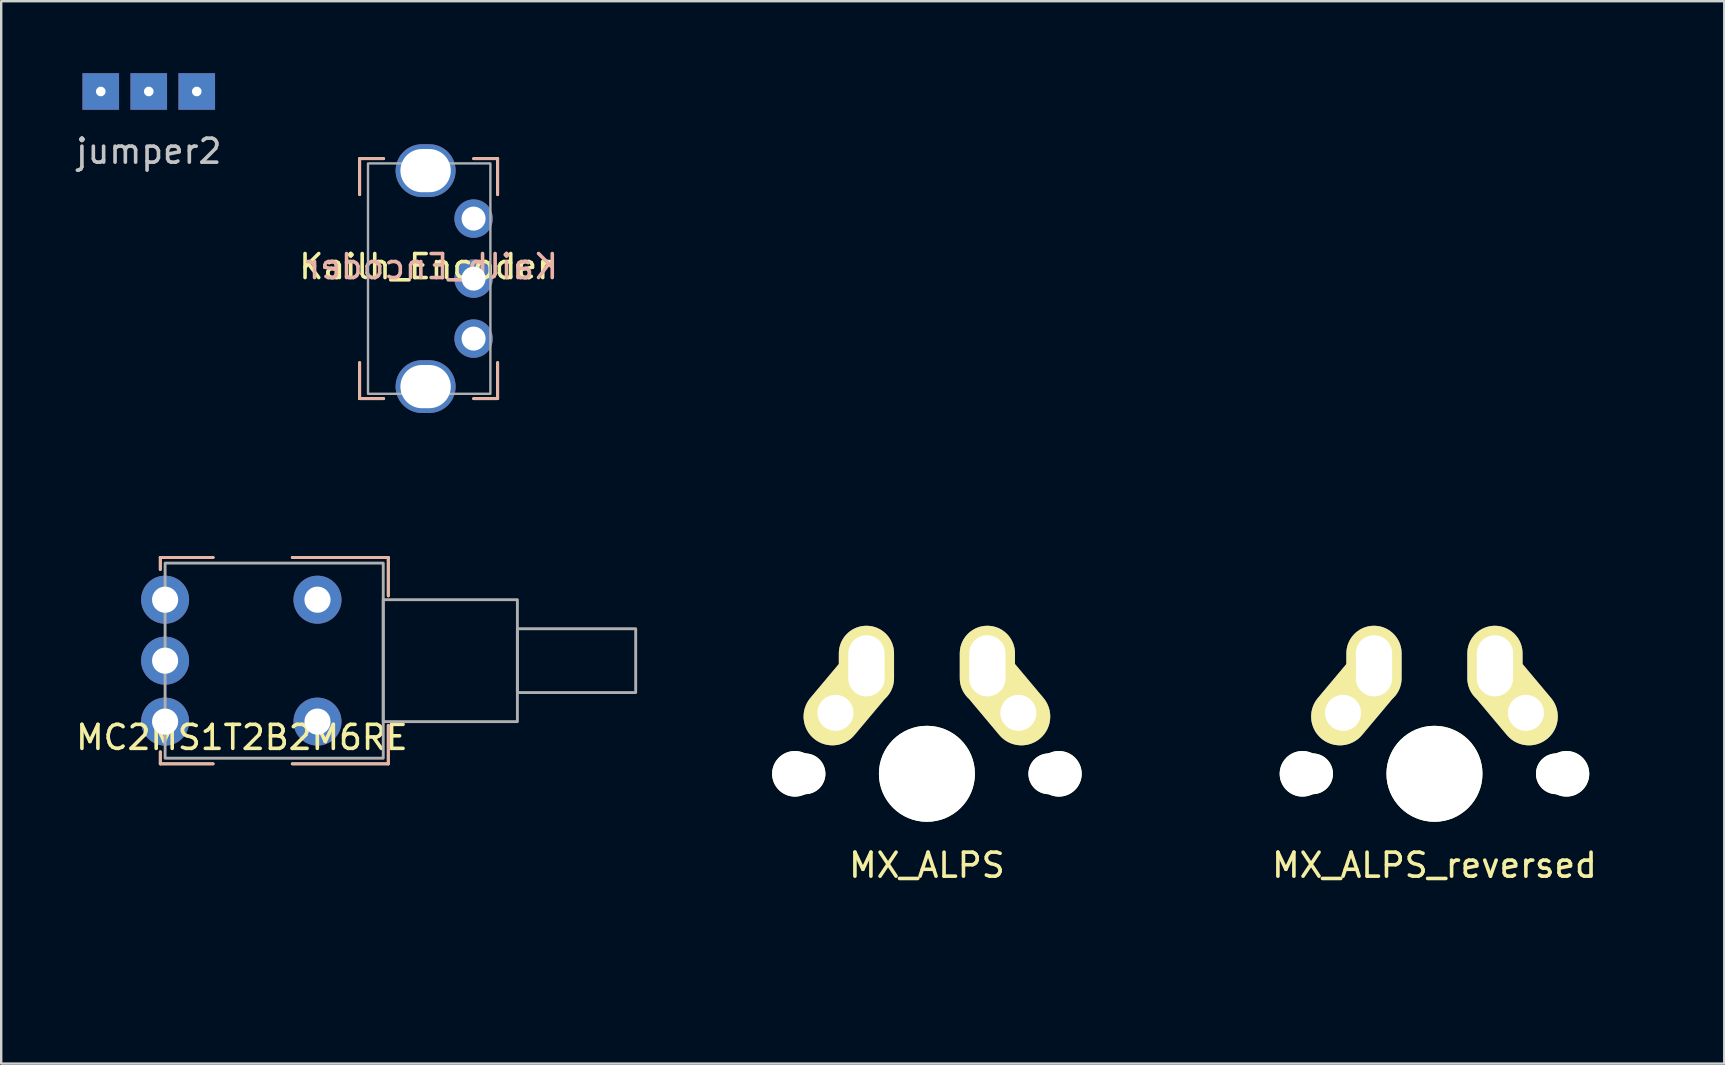
<source format=kicad_pcb>
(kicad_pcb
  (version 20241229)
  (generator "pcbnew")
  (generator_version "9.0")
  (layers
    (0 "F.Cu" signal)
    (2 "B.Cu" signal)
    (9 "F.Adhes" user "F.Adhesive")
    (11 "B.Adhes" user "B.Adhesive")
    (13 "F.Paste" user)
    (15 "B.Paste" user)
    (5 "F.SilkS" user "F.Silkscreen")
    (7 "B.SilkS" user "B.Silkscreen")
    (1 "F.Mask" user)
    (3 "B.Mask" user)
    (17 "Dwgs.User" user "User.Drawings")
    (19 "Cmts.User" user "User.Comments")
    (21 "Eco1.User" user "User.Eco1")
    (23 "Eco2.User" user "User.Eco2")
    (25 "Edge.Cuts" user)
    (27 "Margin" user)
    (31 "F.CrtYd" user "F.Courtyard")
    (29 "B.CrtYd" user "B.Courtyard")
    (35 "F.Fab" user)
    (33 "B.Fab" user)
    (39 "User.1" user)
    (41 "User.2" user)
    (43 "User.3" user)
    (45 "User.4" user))
  (footprint "MC2MS1T2B2M6RE"
    (layer "F.Cu")
    (at 3.83 24.48)
    (property "Reference" "MC2MS1T2B2M6RE" (at 3.2 3.2 0) (unlocked yes) (layer "F.SilkS") (effects (font (size 1 1) (thickness 0.15))))
    (fp_line (start -0.2 -4.3) (end 2 -4.3) (stroke (width 0.12) (type solid)) (layer "F.SilkS"))
    (fp_line (start -0.2 -3.8) (end -0.2 -4.3) (stroke (width 0.12) (type solid)) (layer "F.SilkS"))
    (fp_line (start -0.2 3.8) (end -0.2 4.3) (stroke (width 0.12) (type solid)) (layer "F.SilkS"))
    (fp_line (start -0.2 4.3) (end 2 4.3) (stroke (width 0.12) (type solid)) (layer "F.SilkS"))
    (fp_line (start 9.3 -4.3) (end 5.3 -4.3) (stroke (width 0.12) (type solid)) (layer "F.SilkS"))
    (fp_line (start 9.3 -2.7) (end 9.3 -4.3) (stroke (width 0.12) (type solid)) (layer "F.SilkS"))
    (fp_line (start 9.3 2.7) (end 9.3 4.3) (stroke (width 0.12) (type solid)) (layer "F.SilkS"))
    (fp_line (start 9.3 4.3) (end 5.3 4.3) (stroke (width 0.12) (type solid)) (layer "F.SilkS"))
    (fp_line (start -0.2 -4.3) (end 2 -4.3) (stroke (width 0.12) (type solid)) (layer "B.SilkS"))
    (fp_line (start -0.2 -3.8) (end -0.2 -4.3) (stroke (width 0.12) (type solid)) (layer "B.SilkS"))
    (fp_line (start -0.2 3.8) (end -0.2 4.3) (stroke (width 0.12) (type solid)) (layer "B.SilkS"))
    (fp_line (start -0.2 4.3) (end 2 4.3) (stroke (width 0.12) (type solid)) (layer "B.SilkS"))
    (fp_line (start 9.3 -4.3) (end 5.3 -4.3) (stroke (width 0.12) (type solid)) (layer "B.SilkS"))
    (fp_line (start 9.3 -2.7) (end 9.3 -4.3) (stroke (width 0.12) (type solid)) (layer "B.SilkS"))
    (fp_line (start 9.3 2.7) (end 9.3 4.3) (stroke (width 0.12) (type solid)) (layer "B.SilkS"))
    (fp_line (start 9.3 4.3) (end 5.3 4.3) (stroke (width 0.12) (type solid)) (layer "B.SilkS"))
    (fp_rect (start 0 -4.065) (end 9.09 4.065) (stroke (width 0.12) (type solid)) (fill no) (layer "F.Fab"))
    (fp_rect (start 9.09 -2.54) (end 14.68 2.54) (stroke (width 0.12) (type solid)) (fill no) (layer "F.Fab"))
    (fp_rect (start 14.68 -1.33) (end 19.61 1.33) (stroke (width 0.12) (type solid)) (fill no) (layer "F.Fab"))
    (pad "" thru_hole circle (at 6.35 -2.54) (size 2 2) (drill 1.09) (layers "*.Cu" "*.Mask"))
    (pad "" thru_hole circle (at 6.35 2.54) (size 2 2) (drill 1.09) (layers "*.Cu" "*.Mask"))
    (pad "1" thru_hole circle (at 0 -2.54) (size 2 2) (drill 1.09) (layers "*.Cu" "*.Mask"))
    (pad "2" thru_hole circle (at 0 0) (size 2 2) (drill 1.09) (layers "*.Cu" "*.Mask"))
    (pad "3" thru_hole circle (at 0 2.54) (size 2 2) (drill 1.09) (layers "*.Cu" "*.Mask")))
  (footprint "MX_ALPS_reversed"
    (layer "F.Cu")
    (at 56.725 29.195)
    (property "Reference" "MX_ALPS_reversed" (at 0 3.81 0) (unlocked yes) (layer "F.SilkS") (effects (font (size 1 1) (thickness 0.15))))
    (fp_line (start -7 -7) (end 7 -7) (stroke (width 0.15) (type solid)) (layer "Eco1.User"))
    (fp_line (start -7 7) (end -7 -7) (stroke (width 0.15) (type solid)) (layer "Eco1.User"))
    (fp_line (start 7 -7) (end 7 7) (stroke (width 0.15) (type solid)) (layer "Eco1.User"))
    (fp_line (start 7 7) (end -7 7) (stroke (width 0.15) (type solid)) (layer "Eco1.User"))
    (fp_line (start -9 -9) (end 9 -9) (stroke (width 0.15) (type solid)) (layer "Eco2.User"))
    (fp_line (start -9 9) (end -9 -9) (stroke (width 0.15) (type solid)) (layer "Eco2.User"))
    (fp_line (start 9 -9) (end 9 9) (stroke (width 0.15) (type solid)) (layer "Eco2.User"))
    (fp_line (start 9 9) (end -9 9) (stroke (width 0.15) (type solid)) (layer "Eco2.User"))
    (pad "" np_thru_hole circle (at -5.5 0 90) (size 1.9 1.9) (drill 1.9) (layers "*.Cu" "*.Mask" "F.SilkS"))
    (pad "" np_thru_hole circle (at -5.08 0) (size 1.7 1.7) (drill 1.7) (layers "*.Cu" "*.Mask" "F.SilkS"))
    (pad "" np_thru_hole circle (at 0 0 90) (size 4 4) (drill 4) (layers "*.Cu" "*.Mask" "F.SilkS"))
    (pad "" np_thru_hole circle (at 5.08 0) (size 1.7 1.7) (drill 1.7) (layers "*.Cu" "*.Mask" "F.SilkS"))
    (pad "" np_thru_hole circle (at 5.5 0 90) (size 1.9 1.9) (drill 1.9) (layers "*.Cu" "*.Mask" "F.SilkS"))
    (pad "1" thru_hole oval (at -3.81 -2.54 50) (size 4.2 2.4) (drill 1.5 (offset 0.7 0)) (layers "*.Cu" "*.Mask" "F.SilkS"))
    (pad "1" thru_hole oval (at -2.52 -4.5) (size 2.3 3.337) (drill oval 1.513 2.55) (layers "*.Cu" "*.Mask" "F.SilkS"))
    (pad "2" thru_hole oval (at 2.52 -4.5) (size 2.3 3.337) (drill oval 1.513 2.55) (layers "*.Cu" "*.Mask" "F.SilkS"))
    (pad "2" thru_hole oval (at 3.81 -2.54 310) (size 4.2 2.4) (drill 1.5 (offset -0.7 0)) (layers "*.Cu" "*.Mask" "F.SilkS")))
  (footprint "jumper2"
    (layer "F.Cu")
    (at 3.149 2.752)
    (property "Reference" "jumper2" (at 0 0.5 0) (layer "Dwgs.User") (effects (font (size 1 1) (thickness 0.15))))
    (attr through_hole)
    (pad "1" thru_hole rect (at -2 -1.99) (size 1.524 1.524) (drill 0.4) (layers "*.Cu" "*.Mask"))
    (pad "2" thru_hole rect (at 0 -1.99) (size 1.524 1.524) (drill 0.4) (layers "*.Cu" "*.Mask"))
    (pad "3" thru_hole rect (at 2 -1.99) (size 1.524 1.524) (drill 0.4) (layers "*.Cu" "*.Mask")))
  (footprint "MX_ALPS"
    (layer "F.Cu")
    (at 35.575 29.195)
    (property "Reference" "MX_ALPS" (at 0 3.81 0) (unlocked yes) (layer "F.SilkS") (effects (font (size 1 1) (thickness 0.15))))
    (fp_line (start -7 -7) (end 7 -7) (stroke (width 0.15) (type solid)) (layer "Eco1.User"))
    (fp_line (start -7 7) (end -7 -7) (stroke (width 0.15) (type solid)) (layer "Eco1.User"))
    (fp_line (start 7 -7) (end 7 7) (stroke (width 0.15) (type solid)) (layer "Eco1.User"))
    (fp_line (start 7 7) (end -7 7) (stroke (width 0.15) (type solid)) (layer "Eco1.User"))
    (fp_line (start -9 -9) (end 9 -9) (stroke (width 0.15) (type solid)) (layer "Eco2.User"))
    (fp_line (start -9 9) (end -9 -9) (stroke (width 0.15) (type solid)) (layer "Eco2.User"))
    (fp_line (start 9 -9) (end 9 9) (stroke (width 0.15) (type solid)) (layer "Eco2.User"))
    (fp_line (start 9 9) (end -9 9) (stroke (width 0.15) (type solid)) (layer "Eco2.User"))
    (pad "" np_thru_hole circle (at -5.5 0 90) (size 1.9 1.9) (drill 1.9) (layers "*.Cu" "*.Mask" "F.SilkS"))
    (pad "" np_thru_hole circle (at -5.08 0) (size 1.7 1.7) (drill 1.7) (layers "*.Cu" "*.Mask" "F.SilkS"))
    (pad "" np_thru_hole circle (at 0 0 90) (size 4 4) (drill 4) (layers "*.Cu" "*.Mask" "F.SilkS"))
    (pad "" np_thru_hole circle (at 5.08 0) (size 1.7 1.7) (drill 1.7) (layers "*.Cu" "*.Mask" "F.SilkS"))
    (pad "" np_thru_hole circle (at 5.5 0 90) (size 1.9 1.9) (drill 1.9) (layers "*.Cu" "*.Mask" "F.SilkS"))
    (pad "1" thru_hole oval (at -3.81 -2.54 50) (size 4.2 2.4) (drill 1.5 (offset 0.7 0)) (layers "*.Cu" "*.Mask" "F.SilkS"))
    (pad "1" thru_hole oval (at -2.52 -4.5) (size 2.3 3.337) (drill oval 1.513 2.55) (layers "*.Cu" "*.Mask" "F.SilkS"))
    (pad "2" thru_hole oval (at 2.52 -4.5) (size 2.3 3.337) (drill oval 1.513 2.55) (layers "*.Cu" "*.Mask" "F.SilkS"))
    (pad "2" thru_hole oval (at 3.81 -2.54 310) (size 4.2 2.4) (drill 1.5 (offset -0.7 0)) (layers "*.Cu" "*.Mask" "F.SilkS")))
  (footprint "Kailh_Encoder"
    (layer "F.Cu")
    (at 14.685 8.56)
    (property "Reference" "Kailh_Encoder" (at 0 -0.5 0) (unlocked yes) (layer "F.SilkS") (effects (font (size 1 1) (thickness 0.15))))
    (fp_line (start -2.75 -5) (end -1.75 -5) (stroke (width 0.12) (type solid)) (layer "F.SilkS"))
    (fp_line (start -2.75 -3.5) (end -2.75 -5) (stroke (width 0.12) (type solid)) (layer "F.SilkS"))
    (fp_line (start -2.75 5) (end -2.75 3.5) (stroke (width 0.12) (type solid)) (layer "F.SilkS"))
    (fp_line (start -1.75 5) (end -2.75 5) (stroke (width 0.12) (type solid)) (layer "F.SilkS"))
    (fp_line (start 2 -5) (end 3 -5) (stroke (width 0.12) (type solid)) (layer "F.SilkS"))
    (fp_line (start 3 -5) (end 3 -3.5) (stroke (width 0.12) (type solid)) (layer "F.SilkS"))
    (fp_line (start 3 3.5) (end 3 5) (stroke (width 0.12) (type solid)) (layer "F.SilkS"))
    (fp_line (start 3 5) (end 2 5) (stroke (width 0.12) (type solid)) (layer "F.SilkS"))
    (fp_line (start -2.746 -5) (end -2.746 -3.5) (stroke (width 0.12) (type solid)) (layer "B.SilkS"))
    (fp_line (start -2.746 3.5) (end -2.746 5) (stroke (width 0.12) (type solid)) (layer "B.SilkS"))
    (fp_line (start -2.746 5) (end -1.746 5) (stroke (width 0.12) (type solid)) (layer "B.SilkS"))
    (fp_line (start -1.746 -5) (end -2.746 -5) (stroke (width 0.12) (type solid)) (layer "B.SilkS"))
    (fp_line (start 2.004 5) (end 3.004 5) (stroke (width 0.12) (type solid)) (layer "B.SilkS"))
    (fp_line (start 3.004 -5) (end 2.004 -5) (stroke (width 0.12) (type solid)) (layer "B.SilkS"))
    (fp_line (start 3.004 -3.5) (end 3.004 -5) (stroke (width 0.12) (type solid)) (layer "B.SilkS"))
    (fp_line (start 3.004 5) (end 3.004 3.5) (stroke (width 0.12) (type solid)) (layer "B.SilkS"))
    (fp_line (start -3.5 6) (end -3.5 -6) (stroke (width 0.1) (type solid)) (layer "Eco1.User"))
    (fp_line (start 2.7 -8.5) (end 31 -8.5) (stroke (width 0.1) (type solid)) (layer "Eco1.User"))
    (fp_line (start 2.7 -6) (end -3.5 -6) (stroke (width 0.12) (type solid)) (layer "Eco1.User"))
    (fp_line (start 2.7 -6) (end 2.7 -8.5) (stroke (width 0.12) (type solid)) (layer "Eco1.User"))
    (fp_line (start 2.7 6) (end -3.5 6) (stroke (width 0.12) (type solid)) (layer "Eco1.User"))
    (fp_line (start 2.7 6) (end 2.7 8.5) (stroke (width 0.12) (type solid)) (layer "Eco1.User"))
    (fp_line (start 31 -8.5) (end 31 8.5) (stroke (width 0.1) (type solid)) (layer "Eco1.User"))
    (fp_line (start 31 8.5) (end 2.7 8.5) (stroke (width 0.1) (type solid)) (layer "Eco1.User"))
    (fp_rect (start -2.4 -4.8) (end 2.7 4.8) (stroke (width 0.1) (type solid)) (fill no) (layer "F.Fab"))
    (fp_text user "${REFERENCE}" (at 0.254 -0.5 0) (unlocked yes) (layer "B.SilkS") (effects (font (size 1 1) (thickness 0.15)) (justify mirror)))
    (pad "" thru_hole oval (at 0 -4.5) (size 2.5 2.2) (drill oval 2.1 1.8) (layers "*.Cu" "*.Mask"))
    (pad "" thru_hole oval (at 0 4.5) (size 2.5 2.2) (drill oval 2.1 1.8) (layers "*.Cu" "*.Mask"))
    (pad "A" thru_hole circle (at 2 2.5) (size 1.6 1.6) (drill 1) (layers "*.Cu" "*.Mask"))
    (pad "B" thru_hole circle (at 2 0) (size 1.6 1.6) (drill 1) (layers "*.Cu" "*.Mask"))
    (pad "C" thru_hole circle (at 2 -2.5) (size 1.6 1.6) (drill 1) (layers "*.Cu" "*.Mask")))
  (gr_rect
    (start -3 -3)
    (end 68.8 41.27)
    (stroke (width 0.1) (type default))
    (fill no)
    (layer "Edge.Cuts")))
</source>
